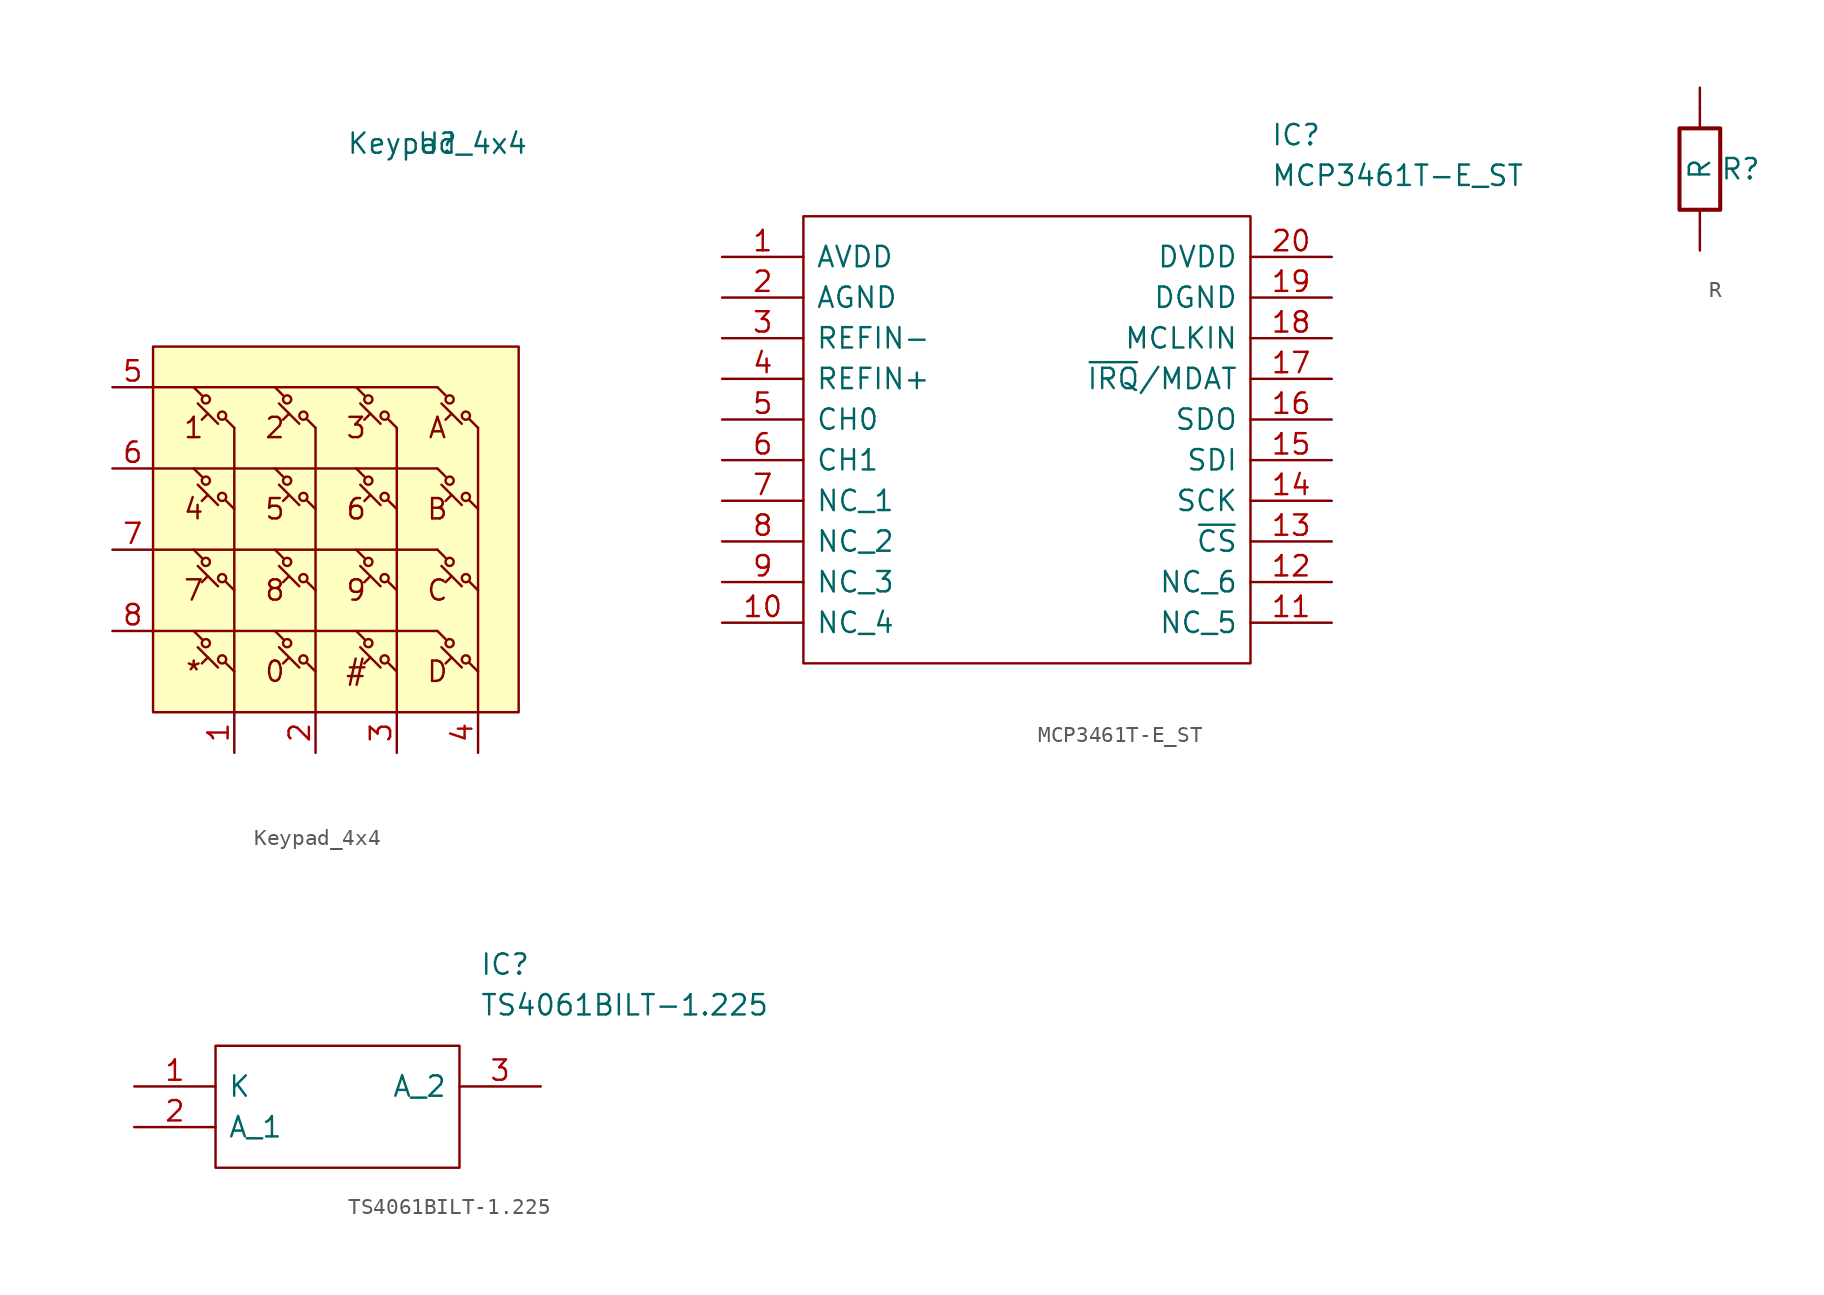
<source format=kicad_sym>
(kicad_symbol_lib
  (version 20211014)
  (generator kicad_symbol_editor)
  (symbol "Keypad_4x4"
    (property "Reference" "U"
      (at 15.24 17.78 0)
      (effects (font (size 1.27 1.27))))
    (property "Value" "Keypad_4x4"
      (at 15.24 17.78 0)
      (effects (font (size 1.27 1.27))))
    (symbol "Keypad_4x4_0_0"
      (rectangle (start -2.54 5.08) (end 20.32 -17.78) (stroke (width 0) (type default) (color 0 0 0 0)) (fill (type background)))
      (text "#" (at 10.16 -15.24 0) (effects (font (size 1.27 1.27))))
      (text "*" (at 0 -15.24 0) (effects (font (size 1.27 1.27))))
      (text "0" (at 5.08 -15.24 0) (effects (font (size 1.27 1.27))))
      (text "1" (at 0 0 0) (effects (font (size 1.27 1.27))))
      (text "2" (at 5.08 0 0) (effects (font (size 1.27 1.27))))
      (text "3" (at 10.16 0 0) (effects (font (size 1.27 1.27))))
      (text "4" (at 0 -5.08 0) (effects (font (size 1.27 1.27))))
      (text "5" (at 5.08 -5.08 0) (effects (font (size 1.27 1.27))))
      (text "6" (at 10.16 -5.08 0) (effects (font (size 1.27 1.27))))
      (text "7" (at 0 -10.16 0) (effects (font (size 1.27 1.27))))
      (text "8" (at 5.08 -10.16 0) (effects (font (size 1.27 1.27))))
      (text "9" (at 10.16 -10.16 0) (effects (font (size 1.27 1.27))))
      (text "A" (at 15.24 0 0) (effects (font (size 1.27 1.27))))
      (text "B" (at 15.24 -5.08 0) (effects (font (size 1.27 1.27))))
      (text "C" (at 15.24 -10.16 0) (effects (font (size 1.27 1.27))))
      (text "D" (at 15.24 -15.24 0) (effects (font (size 1.27 1.27)))))
    (symbol "Keypad_4x4_0_1"
      (polyline (pts (xy 0 -12.7) (xy 0.508 -13.208)) (stroke (width 0) (type default) (color 0 0 0 0)) (fill (type none)))
      (polyline (pts (xy 0 -7.62) (xy 0.508 -8.128)) (stroke (width 0) (type default) (color 0 0 0 0)) (fill (type none)))
      (polyline (pts (xy 0 -2.54) (xy 0.508 -3.048)) (stroke (width 0) (type default) (color 0 0 0 0)) (fill (type none)))
      (polyline (pts (xy 0 2.54) (xy 0.508 2.032)) (stroke (width 0) (type default) (color 0 0 0 0)) (fill (type none)))
      (polyline (pts (xy 0.508 -14.732) (xy 0.889 -14.351)) (stroke (width 0) (type default) (color 0 0 0 0)) (fill (type none)))
      (polyline (pts (xy 0.508 -9.652) (xy 0.889 -9.271)) (stroke (width 0) (type default) (color 0 0 0 0)) (fill (type none)))
      (polyline (pts (xy 0.508 -4.572) (xy 0.889 -4.191)) (stroke (width 0) (type default) (color 0 0 0 0)) (fill (type none)))
      (polyline (pts (xy 0.508 0.508) (xy 0.889 0.889)) (stroke (width 0) (type default) (color 0 0 0 0)) (fill (type none)))
      (polyline (pts (xy 1.524 -14.986) (xy 0.254 -13.716)) (stroke (width 0) (type default) (color 0 0 0 0)) (fill (type none)))
      (polyline (pts (xy 1.524 -9.906) (xy 0.254 -8.636)) (stroke (width 0) (type default) (color 0 0 0 0)) (fill (type none)))
      (polyline (pts (xy 1.524 -4.826) (xy 0.254 -3.556)) (stroke (width 0) (type default) (color 0 0 0 0)) (fill (type none)))
      (polyline (pts (xy 1.524 0.254) (xy 0.254 1.524)) (stroke (width 0) (type default) (color 0 0 0 0)) (fill (type none)))
      (polyline (pts (xy 2.54 -15.24) (xy 2.032 -14.732)) (stroke (width 0) (type default) (color 0 0 0 0)) (fill (type none)))
      (polyline (pts (xy 2.54 -10.16) (xy 2.032 -9.652)) (stroke (width 0) (type default) (color 0 0 0 0)) (fill (type none)))
      (polyline (pts (xy 2.54 -5.08) (xy 2.032 -4.572)) (stroke (width 0) (type default) (color 0 0 0 0)) (fill (type none)))
      (polyline (pts (xy 2.54 0) (xy 2.032 0.508)) (stroke (width 0) (type default) (color 0 0 0 0)) (fill (type none)))
      (polyline (pts (xy 2.54 0) (xy 2.54 -17.78)) (stroke (width 0) (type default) (color 0 0 0 0)) (fill (type none)))
      (polyline (pts (xy 5.08 -12.7) (xy 5.588 -13.208)) (stroke (width 0) (type default) (color 0 0 0 0)) (fill (type none)))
      (polyline (pts (xy 5.08 -7.62) (xy 5.588 -8.128)) (stroke (width 0) (type default) (color 0 0 0 0)) (fill (type none)))
      (polyline (pts (xy 5.08 -2.54) (xy 5.588 -3.048)) (stroke (width 0) (type default) (color 0 0 0 0)) (fill (type none)))
      (polyline (pts (xy 5.08 2.54) (xy 5.588 2.032)) (stroke (width 0) (type default) (color 0 0 0 0)) (fill (type none)))
      (polyline (pts (xy 5.588 -14.732) (xy 5.969 -14.351)) (stroke (width 0) (type default) (color 0 0 0 0)) (fill (type none)))
      (polyline (pts (xy 5.588 -9.652) (xy 5.969 -9.271)) (stroke (width 0) (type default) (color 0 0 0 0)) (fill (type none)))
      (polyline (pts (xy 5.588 -4.572) (xy 5.969 -4.191)) (stroke (width 0) (type default) (color 0 0 0 0)) (fill (type none)))
      (polyline (pts (xy 5.588 0.508) (xy 5.969 0.889)) (stroke (width 0) (type default) (color 0 0 0 0)) (fill (type none)))
      (polyline (pts (xy 6.604 -14.986) (xy 5.334 -13.716)) (stroke (width 0) (type default) (color 0 0 0 0)) (fill (type none)))
      (polyline (pts (xy 6.604 -9.906) (xy 5.334 -8.636)) (stroke (width 0) (type default) (color 0 0 0 0)) (fill (type none)))
      (polyline (pts (xy 6.604 -4.826) (xy 5.334 -3.556)) (stroke (width 0) (type default) (color 0 0 0 0)) (fill (type none)))
      (polyline (pts (xy 6.604 0.254) (xy 5.334 1.524)) (stroke (width 0) (type default) (color 0 0 0 0)) (fill (type none)))
      (polyline (pts (xy 7.62 -15.24) (xy 7.112 -14.732)) (stroke (width 0) (type default) (color 0 0 0 0)) (fill (type none)))
      (polyline (pts (xy 7.62 -10.16) (xy 7.112 -9.652)) (stroke (width 0) (type default) (color 0 0 0 0)) (fill (type none)))
      (polyline (pts (xy 7.62 -5.08) (xy 7.112 -4.572)) (stroke (width 0) (type default) (color 0 0 0 0)) (fill (type none)))
      (polyline (pts (xy 7.62 0) (xy 7.112 0.508)) (stroke (width 0) (type default) (color 0 0 0 0)) (fill (type none)))
      (polyline (pts (xy 7.62 0) (xy 7.62 -17.78)) (stroke (width 0) (type default) (color 0 0 0 0)) (fill (type none)))
      (polyline (pts (xy 10.16 -12.7) (xy 10.668 -13.208)) (stroke (width 0) (type default) (color 0 0 0 0)) (fill (type none)))
      (polyline (pts (xy 10.16 -7.62) (xy 10.668 -8.128)) (stroke (width 0) (type default) (color 0 0 0 0)) (fill (type none)))
      (polyline (pts (xy 10.16 -2.54) (xy 10.668 -3.048)) (stroke (width 0) (type default) (color 0 0 0 0)) (fill (type none)))
      (polyline (pts (xy 10.16 2.54) (xy 10.668 2.032)) (stroke (width 0) (type default) (color 0 0 0 0)) (fill (type none)))
      (polyline (pts (xy 10.668 -14.732) (xy 11.049 -14.351)) (stroke (width 0) (type default) (color 0 0 0 0)) (fill (type none)))
      (polyline (pts (xy 10.668 -9.652) (xy 11.049 -9.271)) (stroke (width 0) (type default) (color 0 0 0 0)) (fill (type none)))
      (polyline (pts (xy 10.668 -4.572) (xy 11.049 -4.191)) (stroke (width 0) (type default) (color 0 0 0 0)) (fill (type none)))
      (polyline (pts (xy 10.668 0.508) (xy 11.049 0.889)) (stroke (width 0) (type default) (color 0 0 0 0)) (fill (type none)))
      (polyline (pts (xy 11.684 -14.986) (xy 10.414 -13.716)) (stroke (width 0) (type default) (color 0 0 0 0)) (fill (type none)))
      (polyline (pts (xy 11.684 -9.906) (xy 10.414 -8.636)) (stroke (width 0) (type default) (color 0 0 0 0)) (fill (type none)))
      (polyline (pts (xy 11.684 -4.826) (xy 10.414 -3.556)) (stroke (width 0) (type default) (color 0 0 0 0)) (fill (type none)))
      (polyline (pts (xy 11.684 0.254) (xy 10.414 1.524)) (stroke (width 0) (type default) (color 0 0 0 0)) (fill (type none)))
      (polyline (pts (xy 12.7 -15.24) (xy 12.192 -14.732)) (stroke (width 0) (type default) (color 0 0 0 0)) (fill (type none)))
      (polyline (pts (xy 12.7 -10.16) (xy 12.192 -9.652)) (stroke (width 0) (type default) (color 0 0 0 0)) (fill (type none)))
      (polyline (pts (xy 12.7 -5.08) (xy 12.192 -4.572)) (stroke (width 0) (type default) (color 0 0 0 0)) (fill (type none)))
      (polyline (pts (xy 12.7 0) (xy 12.192 0.508)) (stroke (width 0) (type default) (color 0 0 0 0)) (fill (type none)))
      (polyline (pts (xy 12.7 0) (xy 12.7 -17.78)) (stroke (width 0) (type default) (color 0 0 0 0)) (fill (type none)))
      (polyline (pts (xy 15.24 -12.7) (xy -2.54 -12.7)) (stroke (width 0) (type default) (color 0 0 0 0)) (fill (type none)))
      (polyline (pts (xy 15.24 -12.7) (xy 15.748 -13.208)) (stroke (width 0) (type default) (color 0 0 0 0)) (fill (type none)))
      (polyline (pts (xy 15.24 -7.62) (xy -2.54 -7.62)) (stroke (width 0) (type default) (color 0 0 0 0)) (fill (type none)))
      (polyline (pts (xy 15.24 -7.62) (xy 15.748 -8.128)) (stroke (width 0) (type default) (color 0 0 0 0)) (fill (type none)))
      (polyline (pts (xy 15.24 -2.54) (xy -2.54 -2.54)) (stroke (width 0) (type default) (color 0 0 0 0)) (fill (type none)))
      (polyline (pts (xy 15.24 -2.54) (xy 15.748 -3.048)) (stroke (width 0) (type default) (color 0 0 0 0)) (fill (type none)))
      (polyline (pts (xy 15.24 2.54) (xy -2.54 2.54)) (stroke (width 0) (type default) (color 0 0 0 0)) (fill (type none)))
      (polyline (pts (xy 15.24 2.54) (xy 15.748 2.032)) (stroke (width 0) (type default) (color 0 0 0 0)) (fill (type none)))
      (polyline (pts (xy 15.748 -14.732) (xy 16.129 -14.351)) (stroke (width 0) (type default) (color 0 0 0 0)) (fill (type none)))
      (polyline (pts (xy 15.748 -9.652) (xy 16.129 -9.271)) (stroke (width 0) (type default) (color 0 0 0 0)) (fill (type none)))
      (polyline (pts (xy 15.748 -4.572) (xy 16.129 -4.191)) (stroke (width 0) (type default) (color 0 0 0 0)) (fill (type none)))
      (polyline (pts (xy 15.748 0.508) (xy 16.129 0.889)) (stroke (width 0) (type default) (color 0 0 0 0)) (fill (type none)))
      (polyline (pts (xy 16.764 -14.986) (xy 15.494 -13.716)) (stroke (width 0) (type default) (color 0 0 0 0)) (fill (type none)))
      (polyline (pts (xy 16.764 -9.906) (xy 15.494 -8.636)) (stroke (width 0) (type default) (color 0 0 0 0)) (fill (type none)))
      (polyline (pts (xy 16.764 -4.826) (xy 15.494 -3.556)) (stroke (width 0) (type default) (color 0 0 0 0)) (fill (type none)))
      (polyline (pts (xy 16.764 0.254) (xy 15.494 1.524)) (stroke (width 0) (type default) (color 0 0 0 0)) (fill (type none)))
      (polyline (pts (xy 17.78 -15.24) (xy 17.272 -14.732)) (stroke (width 0) (type default) (color 0 0 0 0)) (fill (type none)))
      (polyline (pts (xy 17.78 -10.16) (xy 17.272 -9.652)) (stroke (width 0) (type default) (color 0 0 0 0)) (fill (type none)))
      (polyline (pts (xy 17.78 -5.08) (xy 17.272 -4.572)) (stroke (width 0) (type default) (color 0 0 0 0)) (fill (type none)))
      (polyline (pts (xy 17.78 0) (xy 17.272 0.508)) (stroke (width 0) (type default) (color 0 0 0 0)) (fill (type none)))
      (polyline (pts (xy 17.78 0) (xy 17.78 -17.78)) (stroke (width 0) (type default) (color 0 0 0 0)) (fill (type none)))
      (circle (center 0.762 -13.462) (radius 0.254) (stroke (width 0) (type default) (color 0 0 0 0)) (fill (type none)))
      (circle (center 0.762 -8.382) (radius 0.254) (stroke (width 0) (type default) (color 0 0 0 0)) (fill (type none)))
      (circle (center 0.762 -3.302) (radius 0.254) (stroke (width 0) (type default) (color 0 0 0 0)) (fill (type none)))
      (circle (center 0.762 1.778) (radius 0.254) (stroke (width 0) (type default) (color 0 0 0 0)) (fill (type none)))
      (circle (center 1.778 -14.478) (radius 0.254) (stroke (width 0) (type default) (color 0 0 0 0)) (fill (type none)))
      (circle (center 1.778 -9.398) (radius 0.254) (stroke (width 0) (type default) (color 0 0 0 0)) (fill (type none)))
      (circle (center 1.778 -4.318) (radius 0.254) (stroke (width 0) (type default) (color 0 0 0 0)) (fill (type none)))
      (circle (center 1.778 0.762) (radius 0.254) (stroke (width 0) (type default) (color 0 0 0 0)) (fill (type none)))
      (circle (center 5.842 -13.462) (radius 0.254) (stroke (width 0) (type default) (color 0 0 0 0)) (fill (type none)))
      (circle (center 5.842 -8.382) (radius 0.254) (stroke (width 0) (type default) (color 0 0 0 0)) (fill (type none)))
      (circle (center 5.842 -3.302) (radius 0.254) (stroke (width 0) (type default) (color 0 0 0 0)) (fill (type none)))
      (circle (center 5.842 1.778) (radius 0.254) (stroke (width 0) (type default) (color 0 0 0 0)) (fill (type none)))
      (circle (center 6.858 -14.478) (radius 0.254) (stroke (width 0) (type default) (color 0 0 0 0)) (fill (type none)))
      (circle (center 6.858 -9.398) (radius 0.254) (stroke (width 0) (type default) (color 0 0 0 0)) (fill (type none)))
      (circle (center 6.858 -4.318) (radius 0.254) (stroke (width 0) (type default) (color 0 0 0 0)) (fill (type none)))
      (circle (center 6.858 0.762) (radius 0.254) (stroke (width 0) (type default) (color 0 0 0 0)) (fill (type none)))
      (circle (center 10.922 -13.462) (radius 0.254) (stroke (width 0) (type default) (color 0 0 0 0)) (fill (type none)))
      (circle (center 10.922 -8.382) (radius 0.254) (stroke (width 0) (type default) (color 0 0 0 0)) (fill (type none)))
      (circle (center 10.922 -3.302) (radius 0.254) (stroke (width 0) (type default) (color 0 0 0 0)) (fill (type none)))
      (circle (center 10.922 1.778) (radius 0.254) (stroke (width 0) (type default) (color 0 0 0 0)) (fill (type none)))
      (circle (center 11.938 -14.478) (radius 0.254) (stroke (width 0) (type default) (color 0 0 0 0)) (fill (type none)))
      (circle (center 11.938 -9.398) (radius 0.254) (stroke (width 0) (type default) (color 0 0 0 0)) (fill (type none)))
      (circle (center 11.938 -4.318) (radius 0.254) (stroke (width 0) (type default) (color 0 0 0 0)) (fill (type none)))
      (circle (center 11.938 0.762) (radius 0.254) (stroke (width 0) (type default) (color 0 0 0 0)) (fill (type none)))
      (circle (center 16.002 -13.462) (radius 0.254) (stroke (width 0) (type default) (color 0 0 0 0)) (fill (type none)))
      (circle (center 16.002 -8.382) (radius 0.254) (stroke (width 0) (type default) (color 0 0 0 0)) (fill (type none)))
      (circle (center 16.002 -3.302) (radius 0.254) (stroke (width 0) (type default) (color 0 0 0 0)) (fill (type none)))
      (circle (center 16.002 1.778) (radius 0.254) (stroke (width 0) (type default) (color 0 0 0 0)) (fill (type none)))
      (circle (center 17.018 -14.478) (radius 0.254) (stroke (width 0) (type default) (color 0 0 0 0)) (fill (type none)))
      (circle (center 17.018 -9.398) (radius 0.254) (stroke (width 0) (type default) (color 0 0 0 0)) (fill (type none)))
      (circle (center 17.018 -4.318) (radius 0.254) (stroke (width 0) (type default) (color 0 0 0 0)) (fill (type none)))
      (circle (center 17.018 0.762) (radius 0.254) (stroke (width 0) (type default) (color 0 0 0 0)) (fill (type none))))
    (symbol "Keypad_4x4_1_1"
      (pin passive line (at 2.54 -20.32 90) (length 2.54) (name "" (effects (font (size 1.27 1.27)))) (number "1" (effects (font (size 1.27 1.27)))))
      (pin passive line (at 7.62 -20.32 90) (length 2.54) (name "" (effects (font (size 1.27 1.27)))) (number "2" (effects (font (size 1.27 1.27)))))
      (pin passive line (at 12.7 -20.32 90) (length 2.54) (name "" (effects (font (size 1.27 1.27)))) (number "3" (effects (font (size 1.27 1.27)))))
      (pin passive line (at 17.78 -20.32 90) (length 2.54) (name "" (effects (font (size 1.27 1.27)))) (number "4" (effects (font (size 1.27 1.27)))))
      (pin passive line (at -5.08 2.54 0) (length 2.54) (name "" (effects (font (size 1.27 1.27)))) (number "5" (effects (font (size 1.27 1.27)))))
      (pin passive line (at -5.08 -2.54 0) (length 2.54) (name "" (effects (font (size 1.27 1.27)))) (number "6" (effects (font (size 1.27 1.27)))))
      (pin passive line (at -5.08 -7.62 0) (length 2.54) (name "" (effects (font (size 1.27 1.27)))) (number "7" (effects (font (size 1.27 1.27)))))
      (pin passive line (at -5.08 -12.7 0) (length 2.54) (name "" (effects (font (size 1.27 1.27)))) (number "8" (effects (font (size 1.27 1.27)))))))
  (symbol "MCP3461T-E_ST"
    (pin_names
      (offset 0.762))
    (property "Reference" "IC"
      (at 34.29 7.62 0)
      (effects (font (size 1.27 1.27)) (justify left)))
    (property "Value" "MCP3461T-E_ST"
      (at 34.29 5.08 0)
      (effects (font (size 1.27 1.27)) (justify left)))
    (symbol "MCP3461T-E_ST_0_0"
      (pin passive line (at 0 0 0) (length 5.08) (name "AVDD" (effects (font (size 1.27 1.27)))) (number "1" (effects (font (size 1.27 1.27)))))
      (pin passive line (at 0 -22.86 0) (length 5.08) (name "NC_4" (effects (font (size 1.27 1.27)))) (number "10" (effects (font (size 1.27 1.27)))))
      (pin passive line (at 38.1 -22.86 180) (length 5.08) (name "NC_5" (effects (font (size 1.27 1.27)))) (number "11" (effects (font (size 1.27 1.27)))))
      (pin passive line (at 38.1 -20.32 180) (length 5.08) (name "NC_6" (effects (font (size 1.27 1.27)))) (number "12" (effects (font (size 1.27 1.27)))))
      (pin passive line (at 38.1 -17.78 180) (length 5.08) (name "~{CS}" (effects (font (size 1.27 1.27)))) (number "13" (effects (font (size 1.27 1.27)))))
      (pin passive line (at 38.1 -15.24 180) (length 5.08) (name "SCK" (effects (font (size 1.27 1.27)))) (number "14" (effects (font (size 1.27 1.27)))))
      (pin passive line (at 38.1 -12.7 180) (length 5.08) (name "SDI" (effects (font (size 1.27 1.27)))) (number "15" (effects (font (size 1.27 1.27)))))
      (pin passive line (at 38.1 -10.16 180) (length 5.08) (name "SDO" (effects (font (size 1.27 1.27)))) (number "16" (effects (font (size 1.27 1.27)))))
      (pin passive line (at 38.1 -7.62 180) (length 5.08) (name "~{IRQ}/MDAT" (effects (font (size 1.27 1.27)))) (number "17" (effects (font (size 1.27 1.27)))))
      (pin passive line (at 38.1 -5.08 180) (length 5.08) (name "MCLKIN" (effects (font (size 1.27 1.27)))) (number "18" (effects (font (size 1.27 1.27)))))
      (pin passive line (at 38.1 -2.54 180) (length 5.08) (name "DGND" (effects (font (size 1.27 1.27)))) (number "19" (effects (font (size 1.27 1.27)))))
      (pin passive line (at 0 -2.54 0) (length 5.08) (name "AGND" (effects (font (size 1.27 1.27)))) (number "2" (effects (font (size 1.27 1.27)))))
      (pin passive line (at 38.1 0 180) (length 5.08) (name "DVDD" (effects (font (size 1.27 1.27)))) (number "20" (effects (font (size 1.27 1.27)))))
      (pin passive line (at 0 -5.08 0) (length 5.08) (name "REFIN-" (effects (font (size 1.27 1.27)))) (number "3" (effects (font (size 1.27 1.27)))))
      (pin passive line (at 0 -7.62 0) (length 5.08) (name "REFIN+" (effects (font (size 1.27 1.27)))) (number "4" (effects (font (size 1.27 1.27)))))
      (pin passive line (at 0 -10.16 0) (length 5.08) (name "CH0" (effects (font (size 1.27 1.27)))) (number "5" (effects (font (size 1.27 1.27)))))
      (pin passive line (at 0 -12.7 0) (length 5.08) (name "CH1" (effects (font (size 1.27 1.27)))) (number "6" (effects (font (size 1.27 1.27)))))
      (pin passive line (at 0 -15.24 0) (length 5.08) (name "NC_1" (effects (font (size 1.27 1.27)))) (number "7" (effects (font (size 1.27 1.27)))))
      (pin passive line (at 0 -17.78 0) (length 5.08) (name "NC_2" (effects (font (size 1.27 1.27)))) (number "8" (effects (font (size 1.27 1.27)))))
      (pin passive line (at 0 -20.32 0) (length 5.08) (name "NC_3" (effects (font (size 1.27 1.27)))) (number "9" (effects (font (size 1.27 1.27))))))
    (symbol "MCP3461T-E_ST_0_1"
      (polyline (pts (xy 5.08 2.54) (xy 33.02 2.54) (xy 33.02 -25.4) (xy 5.08 -25.4) (xy 5.08 2.54)) (stroke (width 0.152) (type default) (color 0 0 0 0)) (fill (type none)))))
  (symbol "R"
    (pin_numbers hide)
    (pin_names hide)
    (property "Reference" "R"
      (at 2.54 0 0)
      (effects (font (size 1.27 1.27))))
    (property "Value" "R"
      (at 0 0 90)
      (effects (font (size 1.27 1.27))))
    (symbol "R_0_1"
      (rectangle (start -1.27 2.54) (end 1.27 -2.54) (stroke (width 0.254) (type default) (color 0 0 0 0)) (fill (type none)))
      (polyline (pts (xy 0 -2.54) (xy 0 -3.81)) (stroke (width 0) (type default) (color 0 0 0 0)) (fill (type none)))
      (polyline (pts (xy 0 2.54) (xy 0 3.81)) (stroke (width 0) (type default) (color 0 0 0 0)) (fill (type none))))
    (symbol "R_1_1"
      (pin passive line (at 0 5.08 270) (length 1.27) (name "~" (effects (font (size 1.27 1.27)))) (number "1" (effects (font (size 1.27 1.27)))))
      (pin passive line (at 0 -5.08 90) (length 1.27) (name "~" (effects (font (size 1.27 1.27)))) (number "2" (effects (font (size 1.27 1.27)))))))
  (symbol "TS4061BILT-1.225"
    (pin_names
      (offset 0.762))
    (property "Reference" "IC"
      (at 21.59 7.62 0)
      (effects (font (size 1.27 1.27)) (justify left)))
    (property "Value" "TS4061BILT-1.225"
      (at 21.59 5.08 0)
      (effects (font (size 1.27 1.27)) (justify left)))
    (symbol "TS4061BILT-1.225_0_0"
      (pin passive line (at 0 0 0) (length 5.08) (name "K" (effects (font (size 1.27 1.27)))) (number "1" (effects (font (size 1.27 1.27)))))
      (pin passive line (at 0 -2.54 0) (length 5.08) (name "A_1" (effects (font (size 1.27 1.27)))) (number "2" (effects (font (size 1.27 1.27)))))
      (pin passive line (at 25.4 0 180) (length 5.08) (name "A_2" (effects (font (size 1.27 1.27)))) (number "3" (effects (font (size 1.27 1.27))))))
    (symbol "TS4061BILT-1.225_0_1"
      (polyline (pts (xy 5.08 2.54) (xy 20.32 2.54) (xy 20.32 -5.08) (xy 5.08 -5.08) (xy 5.08 2.54)) (stroke (width 0.152) (type default) (color 0 0 0 0)) (fill (type none))))))
</source>
